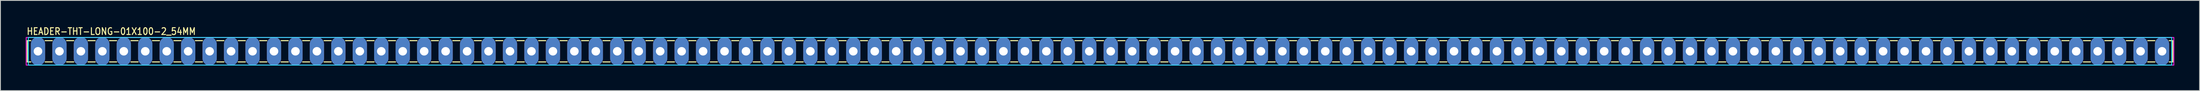
<source format=kicad_pcb>
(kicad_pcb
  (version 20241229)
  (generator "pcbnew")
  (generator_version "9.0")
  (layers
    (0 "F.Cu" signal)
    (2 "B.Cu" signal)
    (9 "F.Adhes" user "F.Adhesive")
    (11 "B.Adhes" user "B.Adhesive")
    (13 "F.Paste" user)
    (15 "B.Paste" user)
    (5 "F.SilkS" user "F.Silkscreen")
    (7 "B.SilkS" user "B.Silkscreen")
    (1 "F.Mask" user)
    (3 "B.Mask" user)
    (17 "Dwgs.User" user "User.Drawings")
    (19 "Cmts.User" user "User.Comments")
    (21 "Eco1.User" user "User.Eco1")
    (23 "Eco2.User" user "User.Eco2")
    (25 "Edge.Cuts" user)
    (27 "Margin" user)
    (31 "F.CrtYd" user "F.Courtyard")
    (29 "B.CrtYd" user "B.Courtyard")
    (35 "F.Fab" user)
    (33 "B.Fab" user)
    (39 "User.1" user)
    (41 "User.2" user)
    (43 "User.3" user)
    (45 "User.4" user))
  (footprint "HEADER-THT-LONG-01X100-2_54MM"
    (layer "F.Cu")
    (at 1.447 3.079)
    (property "Reference" "HEADER-THT-LONG-01X100-2_54MM" (at -1.4 -1.9 0) (unlocked yes) (layer "F.SilkS") (effects (font (size 0.813 0.695) (thickness 0.122)) (justify left bottom)))
    (fp_line (start -1.27 -1.27) (end -1.27 1.27) (stroke (width 0.127) (type solid)) (layer "F.SilkS"))
    (fp_line (start -1.27 1.27) (end -0.85 1.27) (stroke (width 0.127) (type solid)) (layer "F.SilkS"))
    (fp_line (start -0.85 -1.27) (end -1.27 -1.27) (stroke (width 0.127) (type solid)) (layer "F.SilkS"))
    (fp_line (start 0.85 -1.27) (end 1.69 -1.27) (stroke (width 0.127) (type solid)) (layer "F.SilkS"))
    (fp_line (start 0.85 1.27) (end 1.69 1.27) (stroke (width 0.127) (type solid)) (layer "F.SilkS"))
    (fp_line (start 3.39 -1.27) (end 4.23 -1.27) (stroke (width 0.127) (type solid)) (layer "F.SilkS"))
    (fp_line (start 3.39 1.27) (end 4.23 1.27) (stroke (width 0.127) (type solid)) (layer "F.SilkS"))
    (fp_line (start 5.93 -1.27) (end 6.77 -1.27) (stroke (width 0.127) (type solid)) (layer "F.SilkS"))
    (fp_line (start 5.93 1.27) (end 6.77 1.27) (stroke (width 0.127) (type solid)) (layer "F.SilkS"))
    (fp_line (start 8.47 -1.27) (end 9.31 -1.27) (stroke (width 0.127) (type solid)) (layer "F.SilkS"))
    (fp_line (start 8.47 1.27) (end 9.31 1.27) (stroke (width 0.127) (type solid)) (layer "F.SilkS"))
    (fp_line (start 11.01 -1.27) (end 11.85 -1.27) (stroke (width 0.127) (type solid)) (layer "F.SilkS"))
    (fp_line (start 11.01 1.27) (end 11.85 1.27) (stroke (width 0.127) (type solid)) (layer "F.SilkS"))
    (fp_line (start 13.55 -1.27) (end 14.39 -1.27) (stroke (width 0.127) (type solid)) (layer "F.SilkS"))
    (fp_line (start 13.55 1.27) (end 14.39 1.27) (stroke (width 0.127) (type solid)) (layer "F.SilkS"))
    (fp_line (start 16.09 -1.27) (end 16.93 -1.27) (stroke (width 0.127) (type solid)) (layer "F.SilkS"))
    (fp_line (start 16.09 1.27) (end 16.93 1.27) (stroke (width 0.127) (type solid)) (layer "F.SilkS"))
    (fp_line (start 18.63 -1.27) (end 19.47 -1.27) (stroke (width 0.127) (type solid)) (layer "F.SilkS"))
    (fp_line (start 18.63 1.27) (end 19.47 1.27) (stroke (width 0.127) (type solid)) (layer "F.SilkS"))
    (fp_line (start 21.17 -1.27) (end 22.01 -1.27) (stroke (width 0.127) (type solid)) (layer "F.SilkS"))
    (fp_line (start 21.17 1.27) (end 22.01 1.27) (stroke (width 0.127) (type solid)) (layer "F.SilkS"))
    (fp_line (start 23.71 -1.27) (end 24.55 -1.27) (stroke (width 0.127) (type solid)) (layer "F.SilkS"))
    (fp_line (start 23.71 1.27) (end 24.55 1.27) (stroke (width 0.127) (type solid)) (layer "F.SilkS"))
    (fp_line (start 26.25 -1.27) (end 27.09 -1.27) (stroke (width 0.127) (type solid)) (layer "F.SilkS"))
    (fp_line (start 26.25 1.27) (end 27.09 1.27) (stroke (width 0.127) (type solid)) (layer "F.SilkS"))
    (fp_line (start 28.79 -1.27) (end 29.63 -1.27) (stroke (width 0.127) (type solid)) (layer "F.SilkS"))
    (fp_line (start 28.79 1.27) (end 29.63 1.27) (stroke (width 0.127) (type solid)) (layer "F.SilkS"))
    (fp_line (start 31.33 -1.27) (end 32.17 -1.27) (stroke (width 0.127) (type solid)) (layer "F.SilkS"))
    (fp_line (start 31.33 1.27) (end 32.17 1.27) (stroke (width 0.127) (type solid)) (layer "F.SilkS"))
    (fp_line (start 33.87 -1.27) (end 34.71 -1.27) (stroke (width 0.127) (type solid)) (layer "F.SilkS"))
    (fp_line (start 33.87 1.27) (end 34.71 1.27) (stroke (width 0.127) (type solid)) (layer "F.SilkS"))
    (fp_line (start 36.41 -1.27) (end 37.25 -1.27) (stroke (width 0.127) (type solid)) (layer "F.SilkS"))
    (fp_line (start 36.41 1.27) (end 37.25 1.27) (stroke (width 0.127) (type solid)) (layer "F.SilkS"))
    (fp_line (start 38.95 -1.27) (end 39.79 -1.27) (stroke (width 0.127) (type solid)) (layer "F.SilkS"))
    (fp_line (start 38.95 1.27) (end 39.79 1.27) (stroke (width 0.127) (type solid)) (layer "F.SilkS"))
    (fp_line (start 41.49 -1.27) (end 42.33 -1.27) (stroke (width 0.127) (type solid)) (layer "F.SilkS"))
    (fp_line (start 41.49 1.27) (end 42.33 1.27) (stroke (width 0.127) (type solid)) (layer "F.SilkS"))
    (fp_line (start 44.03 -1.27) (end 44.87 -1.27) (stroke (width 0.127) (type solid)) (layer "F.SilkS"))
    (fp_line (start 44.03 1.27) (end 44.87 1.27) (stroke (width 0.127) (type solid)) (layer "F.SilkS"))
    (fp_line (start 46.57 -1.27) (end 47.41 -1.27) (stroke (width 0.127) (type solid)) (layer "F.SilkS"))
    (fp_line (start 46.57 1.27) (end 47.41 1.27) (stroke (width 0.127) (type solid)) (layer "F.SilkS"))
    (fp_line (start 49.11 -1.27) (end 49.95 -1.27) (stroke (width 0.127) (type solid)) (layer "F.SilkS"))
    (fp_line (start 49.11 1.27) (end 49.95 1.27) (stroke (width 0.127) (type solid)) (layer "F.SilkS"))
    (fp_line (start 51.65 -1.27) (end 52.49 -1.27) (stroke (width 0.127) (type solid)) (layer "F.SilkS"))
    (fp_line (start 51.65 1.27) (end 52.49 1.27) (stroke (width 0.127) (type solid)) (layer "F.SilkS"))
    (fp_line (start 54.19 -1.27) (end 55.03 -1.27) (stroke (width 0.127) (type solid)) (layer "F.SilkS"))
    (fp_line (start 54.19 1.27) (end 55.03 1.27) (stroke (width 0.127) (type solid)) (layer "F.SilkS"))
    (fp_line (start 56.73 -1.27) (end 57.57 -1.27) (stroke (width 0.127) (type solid)) (layer "F.SilkS"))
    (fp_line (start 56.73 1.27) (end 57.57 1.27) (stroke (width 0.127) (type solid)) (layer "F.SilkS"))
    (fp_line (start 59.27 -1.27) (end 60.11 -1.27) (stroke (width 0.127) (type solid)) (layer "F.SilkS"))
    (fp_line (start 59.27 1.27) (end 60.11 1.27) (stroke (width 0.127) (type solid)) (layer "F.SilkS"))
    (fp_line (start 61.81 -1.27) (end 62.65 -1.27) (stroke (width 0.127) (type solid)) (layer "F.SilkS"))
    (fp_line (start 61.81 1.27) (end 62.65 1.27) (stroke (width 0.127) (type solid)) (layer "F.SilkS"))
    (fp_line (start 64.35 -1.27) (end 65.19 -1.27) (stroke (width 0.127) (type solid)) (layer "F.SilkS"))
    (fp_line (start 64.35 1.27) (end 65.19 1.27) (stroke (width 0.127) (type solid)) (layer "F.SilkS"))
    (fp_line (start 66.89 -1.27) (end 67.73 -1.27) (stroke (width 0.127) (type solid)) (layer "F.SilkS"))
    (fp_line (start 66.89 1.27) (end 67.73 1.27) (stroke (width 0.127) (type solid)) (layer "F.SilkS"))
    (fp_line (start 69.43 -1.27) (end 70.27 -1.27) (stroke (width 0.127) (type solid)) (layer "F.SilkS"))
    (fp_line (start 69.43 1.27) (end 70.27 1.27) (stroke (width 0.127) (type solid)) (layer "F.SilkS"))
    (fp_line (start 71.97 -1.27) (end 72.81 -1.27) (stroke (width 0.127) (type solid)) (layer "F.SilkS"))
    (fp_line (start 71.97 1.27) (end 72.81 1.27) (stroke (width 0.127) (type solid)) (layer "F.SilkS"))
    (fp_line (start 74.51 -1.27) (end 75.35 -1.27) (stroke (width 0.127) (type solid)) (layer "F.SilkS"))
    (fp_line (start 74.51 1.27) (end 75.35 1.27) (stroke (width 0.127) (type solid)) (layer "F.SilkS"))
    (fp_line (start 77.05 -1.27) (end 77.89 -1.27) (stroke (width 0.127) (type solid)) (layer "F.SilkS"))
    (fp_line (start 77.05 1.27) (end 77.89 1.27) (stroke (width 0.127) (type solid)) (layer "F.SilkS"))
    (fp_line (start 79.59 -1.27) (end 80.43 -1.27) (stroke (width 0.127) (type solid)) (layer "F.SilkS"))
    (fp_line (start 79.59 1.27) (end 80.43 1.27) (stroke (width 0.127) (type solid)) (layer "F.SilkS"))
    (fp_line (start 82.13 -1.27) (end 82.97 -1.27) (stroke (width 0.127) (type solid)) (layer "F.SilkS"))
    (fp_line (start 82.13 1.27) (end 82.97 1.27) (stroke (width 0.127) (type solid)) (layer "F.SilkS"))
    (fp_line (start 84.67 -1.27) (end 85.51 -1.27) (stroke (width 0.127) (type solid)) (layer "F.SilkS"))
    (fp_line (start 84.67 1.27) (end 85.51 1.27) (stroke (width 0.127) (type solid)) (layer "F.SilkS"))
    (fp_line (start 87.21 -1.27) (end 88.05 -1.27) (stroke (width 0.127) (type solid)) (layer "F.SilkS"))
    (fp_line (start 87.21 1.27) (end 88.05 1.27) (stroke (width 0.127) (type solid)) (layer "F.SilkS"))
    (fp_line (start 89.75 -1.27) (end 90.59 -1.27) (stroke (width 0.127) (type solid)) (layer "F.SilkS"))
    (fp_line (start 89.75 1.27) (end 90.59 1.27) (stroke (width 0.127) (type solid)) (layer "F.SilkS"))
    (fp_line (start 92.29 -1.27) (end 93.13 -1.27) (stroke (width 0.127) (type solid)) (layer "F.SilkS"))
    (fp_line (start 92.29 1.27) (end 93.13 1.27) (stroke (width 0.127) (type solid)) (layer "F.SilkS"))
    (fp_line (start 94.83 -1.27) (end 95.67 -1.27) (stroke (width 0.127) (type solid)) (layer "F.SilkS"))
    (fp_line (start 94.83 1.27) (end 95.67 1.27) (stroke (width 0.127) (type solid)) (layer "F.SilkS"))
    (fp_line (start 97.37 -1.27) (end 98.21 -1.27) (stroke (width 0.127) (type solid)) (layer "F.SilkS"))
    (fp_line (start 97.37 1.27) (end 98.21 1.27) (stroke (width 0.127) (type solid)) (layer "F.SilkS"))
    (fp_line (start 99.91 -1.27) (end 100.75 -1.27) (stroke (width 0.127) (type solid)) (layer "F.SilkS"))
    (fp_line (start 99.91 1.27) (end 100.75 1.27) (stroke (width 0.127) (type solid)) (layer "F.SilkS"))
    (fp_line (start 102.45 -1.27) (end 103.29 -1.27) (stroke (width 0.127) (type solid)) (layer "F.SilkS"))
    (fp_line (start 102.45 1.27) (end 103.29 1.27) (stroke (width 0.127) (type solid)) (layer "F.SilkS"))
    (fp_line (start 104.99 -1.27) (end 105.83 -1.27) (stroke (width 0.127) (type solid)) (layer "F.SilkS"))
    (fp_line (start 104.99 1.27) (end 105.83 1.27) (stroke (width 0.127) (type solid)) (layer "F.SilkS"))
    (fp_line (start 107.53 -1.27) (end 108.37 -1.27) (stroke (width 0.127) (type solid)) (layer "F.SilkS"))
    (fp_line (start 107.53 1.27) (end 108.37 1.27) (stroke (width 0.127) (type solid)) (layer "F.SilkS"))
    (fp_line (start 110.07 -1.27) (end 110.91 -1.27) (stroke (width 0.127) (type solid)) (layer "F.SilkS"))
    (fp_line (start 110.07 1.27) (end 110.91 1.27) (stroke (width 0.127) (type solid)) (layer "F.SilkS"))
    (fp_line (start 112.61 -1.27) (end 113.45 -1.27) (stroke (width 0.127) (type solid)) (layer "F.SilkS"))
    (fp_line (start 112.61 1.27) (end 113.45 1.27) (stroke (width 0.127) (type solid)) (layer "F.SilkS"))
    (fp_line (start 115.15 -1.27) (end 115.99 -1.27) (stroke (width 0.127) (type solid)) (layer "F.SilkS"))
    (fp_line (start 115.15 1.27) (end 115.99 1.27) (stroke (width 0.127) (type solid)) (layer "F.SilkS"))
    (fp_line (start 117.69 -1.27) (end 118.53 -1.27) (stroke (width 0.127) (type solid)) (layer "F.SilkS"))
    (fp_line (start 117.69 1.27) (end 118.53 1.27) (stroke (width 0.127) (type solid)) (layer "F.SilkS"))
    (fp_line (start 120.23 -1.27) (end 121.07 -1.27) (stroke (width 0.127) (type solid)) (layer "F.SilkS"))
    (fp_line (start 120.23 1.27) (end 121.07 1.27) (stroke (width 0.127) (type solid)) (layer "F.SilkS"))
    (fp_line (start 122.77 -1.27) (end 123.61 -1.27) (stroke (width 0.127) (type solid)) (layer "F.SilkS"))
    (fp_line (start 122.77 1.27) (end 123.61 1.27) (stroke (width 0.127) (type solid)) (layer "F.SilkS"))
    (fp_line (start 125.31 -1.27) (end 126.15 -1.27) (stroke (width 0.127) (type solid)) (layer "F.SilkS"))
    (fp_line (start 125.31 1.27) (end 126.15 1.27) (stroke (width 0.127) (type solid)) (layer "F.SilkS"))
    (fp_line (start 127.85 -1.27) (end 128.69 -1.27) (stroke (width 0.127) (type solid)) (layer "F.SilkS"))
    (fp_line (start 127.85 1.27) (end 128.69 1.27) (stroke (width 0.127) (type solid)) (layer "F.SilkS"))
    (fp_line (start 130.39 -1.27) (end 131.23 -1.27) (stroke (width 0.127) (type solid)) (layer "F.SilkS"))
    (fp_line (start 130.39 1.27) (end 131.23 1.27) (stroke (width 0.127) (type solid)) (layer "F.SilkS"))
    (fp_line (start 132.93 -1.27) (end 133.77 -1.27) (stroke (width 0.127) (type solid)) (layer "F.SilkS"))
    (fp_line (start 132.93 1.27) (end 133.77 1.27) (stroke (width 0.127) (type solid)) (layer "F.SilkS"))
    (fp_line (start 135.47 -1.27) (end 136.31 -1.27) (stroke (width 0.127) (type solid)) (layer "F.SilkS"))
    (fp_line (start 135.47 1.27) (end 136.31 1.27) (stroke (width 0.127) (type solid)) (layer "F.SilkS"))
    (fp_line (start 138.01 -1.27) (end 138.85 -1.27) (stroke (width 0.127) (type solid)) (layer "F.SilkS"))
    (fp_line (start 138.01 1.27) (end 138.85 1.27) (stroke (width 0.127) (type solid)) (layer "F.SilkS"))
    (fp_line (start 140.55 -1.27) (end 141.39 -1.27) (stroke (width 0.127) (type solid)) (layer "F.SilkS"))
    (fp_line (start 140.55 1.27) (end 141.39 1.27) (stroke (width 0.127) (type solid)) (layer "F.SilkS"))
    (fp_line (start 143.09 -1.27) (end 143.93 -1.27) (stroke (width 0.127) (type solid)) (layer "F.SilkS"))
    (fp_line (start 143.09 1.27) (end 143.93 1.27) (stroke (width 0.127) (type solid)) (layer "F.SilkS"))
    (fp_line (start 145.63 -1.27) (end 146.47 -1.27) (stroke (width 0.127) (type solid)) (layer "F.SilkS"))
    (fp_line (start 145.63 1.27) (end 146.47 1.27) (stroke (width 0.127) (type solid)) (layer "F.SilkS"))
    (fp_line (start 148.17 -1.27) (end 149.01 -1.27) (stroke (width 0.127) (type solid)) (layer "F.SilkS"))
    (fp_line (start 148.17 1.27) (end 149.01 1.27) (stroke (width 0.127) (type solid)) (layer "F.SilkS"))
    (fp_line (start 150.71 -1.27) (end 151.55 -1.27) (stroke (width 0.127) (type solid)) (layer "F.SilkS"))
    (fp_line (start 150.71 1.27) (end 151.55 1.27) (stroke (width 0.127) (type solid)) (layer "F.SilkS"))
    (fp_line (start 153.25 -1.27) (end 154.09 -1.27) (stroke (width 0.127) (type solid)) (layer "F.SilkS"))
    (fp_line (start 153.25 1.27) (end 154.09 1.27) (stroke (width 0.127) (type solid)) (layer "F.SilkS"))
    (fp_line (start 155.79 -1.27) (end 156.63 -1.27) (stroke (width 0.127) (type solid)) (layer "F.SilkS"))
    (fp_line (start 155.79 1.27) (end 156.63 1.27) (stroke (width 0.127) (type solid)) (layer "F.SilkS"))
    (fp_line (start 158.33 -1.27) (end 159.17 -1.27) (stroke (width 0.127) (type solid)) (layer "F.SilkS"))
    (fp_line (start 158.33 1.27) (end 159.17 1.27) (stroke (width 0.127) (type solid)) (layer "F.SilkS"))
    (fp_line (start 160.87 -1.27) (end 161.71 -1.27) (stroke (width 0.127) (type solid)) (layer "F.SilkS"))
    (fp_line (start 160.87 1.27) (end 161.71 1.27) (stroke (width 0.127) (type solid)) (layer "F.SilkS"))
    (fp_line (start 163.41 -1.27) (end 164.25 -1.27) (stroke (width 0.127) (type solid)) (layer "F.SilkS"))
    (fp_line (start 163.41 1.27) (end 164.25 1.27) (stroke (width 0.127) (type solid)) (layer "F.SilkS"))
    (fp_line (start 165.95 -1.27) (end 166.79 -1.27) (stroke (width 0.127) (type solid)) (layer "F.SilkS"))
    (fp_line (start 165.95 1.27) (end 166.79 1.27) (stroke (width 0.127) (type solid)) (layer "F.SilkS"))
    (fp_line (start 168.49 -1.27) (end 169.33 -1.27) (stroke (width 0.127) (type solid)) (layer "F.SilkS"))
    (fp_line (start 168.49 1.27) (end 169.33 1.27) (stroke (width 0.127) (type solid)) (layer "F.SilkS"))
    (fp_line (start 171.03 -1.27) (end 171.87 -1.27) (stroke (width 0.127) (type solid)) (layer "F.SilkS"))
    (fp_line (start 171.03 1.27) (end 171.87 1.27) (stroke (width 0.127) (type solid)) (layer "F.SilkS"))
    (fp_line (start 173.57 -1.27) (end 174.41 -1.27) (stroke (width 0.127) (type solid)) (layer "F.SilkS"))
    (fp_line (start 173.57 1.27) (end 174.41 1.27) (stroke (width 0.127) (type solid)) (layer "F.SilkS"))
    (fp_line (start 176.11 -1.27) (end 176.95 -1.27) (stroke (width 0.127) (type solid)) (layer "F.SilkS"))
    (fp_line (start 176.11 1.27) (end 176.95 1.27) (stroke (width 0.127) (type solid)) (layer "F.SilkS"))
    (fp_line (start 178.65 -1.27) (end 179.49 -1.27) (stroke (width 0.127) (type solid)) (layer "F.SilkS"))
    (fp_line (start 178.65 1.27) (end 179.49 1.27) (stroke (width 0.127) (type solid)) (layer "F.SilkS"))
    (fp_line (start 181.19 -1.27) (end 182.03 -1.27) (stroke (width 0.127) (type solid)) (layer "F.SilkS"))
    (fp_line (start 181.19 1.27) (end 182.03 1.27) (stroke (width 0.127) (type solid)) (layer "F.SilkS"))
    (fp_line (start 183.73 -1.27) (end 184.57 -1.27) (stroke (width 0.127) (type solid)) (layer "F.SilkS"))
    (fp_line (start 183.73 1.27) (end 184.57 1.27) (stroke (width 0.127) (type solid)) (layer "F.SilkS"))
    (fp_line (start 186.27 -1.27) (end 187.11 -1.27) (stroke (width 0.127) (type solid)) (layer "F.SilkS"))
    (fp_line (start 186.27 1.27) (end 187.11 1.27) (stroke (width 0.127) (type solid)) (layer "F.SilkS"))
    (fp_line (start 188.81 -1.27) (end 189.65 -1.27) (stroke (width 0.127) (type solid)) (layer "F.SilkS"))
    (fp_line (start 188.81 1.27) (end 189.65 1.27) (stroke (width 0.127) (type solid)) (layer "F.SilkS"))
    (fp_line (start 191.35 -1.27) (end 192.19 -1.27) (stroke (width 0.127) (type solid)) (layer "F.SilkS"))
    (fp_line (start 191.35 1.27) (end 192.19 1.27) (stroke (width 0.127) (type solid)) (layer "F.SilkS"))
    (fp_line (start 193.89 -1.27) (end 194.73 -1.27) (stroke (width 0.127) (type solid)) (layer "F.SilkS"))
    (fp_line (start 193.89 1.27) (end 194.73 1.27) (stroke (width 0.127) (type solid)) (layer "F.SilkS"))
    (fp_line (start 196.43 -1.27) (end 197.27 -1.27) (stroke (width 0.127) (type solid)) (layer "F.SilkS"))
    (fp_line (start 196.43 1.27) (end 197.27 1.27) (stroke (width 0.127) (type solid)) (layer "F.SilkS"))
    (fp_line (start 198.97 -1.27) (end 199.81 -1.27) (stroke (width 0.127) (type solid)) (layer "F.SilkS"))
    (fp_line (start 198.97 1.27) (end 199.81 1.27) (stroke (width 0.127) (type solid)) (layer "F.SilkS"))
    (fp_line (start 201.51 -1.27) (end 202.35 -1.27) (stroke (width 0.127) (type solid)) (layer "F.SilkS"))
    (fp_line (start 201.51 1.27) (end 202.35 1.27) (stroke (width 0.127) (type solid)) (layer "F.SilkS"))
    (fp_line (start 204.05 -1.27) (end 204.89 -1.27) (stroke (width 0.127) (type solid)) (layer "F.SilkS"))
    (fp_line (start 204.05 1.27) (end 204.89 1.27) (stroke (width 0.127) (type solid)) (layer "F.SilkS"))
    (fp_line (start 206.59 -1.27) (end 207.43 -1.27) (stroke (width 0.127) (type solid)) (layer "F.SilkS"))
    (fp_line (start 206.59 1.27) (end 207.43 1.27) (stroke (width 0.127) (type solid)) (layer "F.SilkS"))
    (fp_line (start 209.13 -1.27) (end 209.97 -1.27) (stroke (width 0.127) (type solid)) (layer "F.SilkS"))
    (fp_line (start 209.13 1.27) (end 209.97 1.27) (stroke (width 0.127) (type solid)) (layer "F.SilkS"))
    (fp_line (start 211.67 -1.27) (end 212.51 -1.27) (stroke (width 0.127) (type solid)) (layer "F.SilkS"))
    (fp_line (start 211.67 1.27) (end 212.51 1.27) (stroke (width 0.127) (type solid)) (layer "F.SilkS"))
    (fp_line (start 214.21 -1.27) (end 215.05 -1.27) (stroke (width 0.127) (type solid)) (layer "F.SilkS"))
    (fp_line (start 214.21 1.27) (end 215.05 1.27) (stroke (width 0.127) (type solid)) (layer "F.SilkS"))
    (fp_line (start 216.75 -1.27) (end 217.59 -1.27) (stroke (width 0.127) (type solid)) (layer "F.SilkS"))
    (fp_line (start 216.75 1.27) (end 217.59 1.27) (stroke (width 0.127) (type solid)) (layer "F.SilkS"))
    (fp_line (start 219.29 -1.27) (end 220.13 -1.27) (stroke (width 0.127) (type solid)) (layer "F.SilkS"))
    (fp_line (start 219.29 1.27) (end 220.13 1.27) (stroke (width 0.127) (type solid)) (layer "F.SilkS"))
    (fp_line (start 221.83 -1.27) (end 222.67 -1.27) (stroke (width 0.127) (type solid)) (layer "F.SilkS"))
    (fp_line (start 221.83 1.27) (end 222.67 1.27) (stroke (width 0.127) (type solid)) (layer "F.SilkS"))
    (fp_line (start 224.37 -1.27) (end 225.21 -1.27) (stroke (width 0.127) (type solid)) (layer "F.SilkS"))
    (fp_line (start 224.37 1.27) (end 225.21 1.27) (stroke (width 0.127) (type solid)) (layer "F.SilkS"))
    (fp_line (start 226.91 -1.27) (end 227.75 -1.27) (stroke (width 0.127) (type solid)) (layer "F.SilkS"))
    (fp_line (start 226.91 1.27) (end 227.75 1.27) (stroke (width 0.127) (type solid)) (layer "F.SilkS"))
    (fp_line (start 229.45 -1.27) (end 230.29 -1.27) (stroke (width 0.127) (type solid)) (layer "F.SilkS"))
    (fp_line (start 229.45 1.27) (end 230.29 1.27) (stroke (width 0.127) (type solid)) (layer "F.SilkS"))
    (fp_line (start 231.99 -1.27) (end 232.83 -1.27) (stroke (width 0.127) (type solid)) (layer "F.SilkS"))
    (fp_line (start 231.99 1.27) (end 232.83 1.27) (stroke (width 0.127) (type solid)) (layer "F.SilkS"))
    (fp_line (start 234.53 -1.27) (end 235.37 -1.27) (stroke (width 0.127) (type solid)) (layer "F.SilkS"))
    (fp_line (start 234.53 1.27) (end 235.37 1.27) (stroke (width 0.127) (type solid)) (layer "F.SilkS"))
    (fp_line (start 237.07 -1.27) (end 237.91 -1.27) (stroke (width 0.127) (type solid)) (layer "F.SilkS"))
    (fp_line (start 237.07 1.27) (end 237.91 1.27) (stroke (width 0.127) (type solid)) (layer "F.SilkS"))
    (fp_line (start 239.61 -1.27) (end 240.45 -1.27) (stroke (width 0.127) (type solid)) (layer "F.SilkS"))
    (fp_line (start 239.61 1.27) (end 240.45 1.27) (stroke (width 0.127) (type solid)) (layer "F.SilkS"))
    (fp_line (start 242.15 -1.27) (end 242.99 -1.27) (stroke (width 0.127) (type solid)) (layer "F.SilkS"))
    (fp_line (start 242.15 1.27) (end 242.99 1.27) (stroke (width 0.127) (type solid)) (layer "F.SilkS"))
    (fp_line (start 244.69 -1.27) (end 245.53 -1.27) (stroke (width 0.127) (type solid)) (layer "F.SilkS"))
    (fp_line (start 244.69 1.27) (end 245.53 1.27) (stroke (width 0.127) (type solid)) (layer "F.SilkS"))
    (fp_line (start 247.23 -1.27) (end 248.07 -1.27) (stroke (width 0.127) (type solid)) (layer "F.SilkS"))
    (fp_line (start 247.23 1.27) (end 248.07 1.27) (stroke (width 0.127) (type solid)) (layer "F.SilkS"))
    (fp_line (start 249.77 -1.27) (end 250.61 -1.27) (stroke (width 0.127) (type solid)) (layer "F.SilkS"))
    (fp_line (start 249.77 1.27) (end 250.61 1.27) (stroke (width 0.127) (type solid)) (layer "F.SilkS"))
    (fp_line (start 252.31 -1.27) (end 252.73 -1.27) (stroke (width 0.127) (type solid)) (layer "F.SilkS"))
    (fp_line (start 252.73 -1.27) (end 252.73 1.27) (stroke (width 0.127) (type solid)) (layer "F.SilkS"))
    (fp_line (start 252.73 1.27) (end 252.31 1.27) (stroke (width 0.127) (type solid)) (layer "F.SilkS"))
    (fp_poly (pts (xy -1.143 -1.651) (xy 252.603 -1.651) (xy 252.603 1.651) (xy -1.143 1.651)) (stroke (width 0.1) (type solid)) (fill no) (layer "B.CrtYd"))
    (fp_poly (pts (xy -1.397 -1.651) (xy 252.857 -1.651) (xy 252.857 1.651) (xy -1.397 1.651)) (stroke (width 0.1) (type solid)) (fill no) (layer "F.CrtYd"))
    (pad "P$1" thru_hole oval (at 0 0 90) (size 3.387 1.693) (drill 1.016) (layers "*.Cu" "*.Mask"))
    (pad "P$2" thru_hole oval (at 2.54 0 90) (size 3.387 1.693) (drill 1.016) (layers "*.Cu" "*.Mask"))
    (pad "P$3" thru_hole oval (at 5.08 0 90) (size 3.387 1.693) (drill 1.016) (layers "*.Cu" "*.Mask"))
    (pad "P$4" thru_hole oval (at 7.62 0 90) (size 3.387 1.693) (drill 1.016) (layers "*.Cu" "*.Mask"))
    (pad "P$5" thru_hole oval (at 10.16 0 90) (size 3.387 1.693) (drill 1.016) (layers "*.Cu" "*.Mask"))
    (pad "P$6" thru_hole oval (at 12.7 0 90) (size 3.387 1.693) (drill 1.016) (layers "*.Cu" "*.Mask"))
    (pad "P$7" thru_hole oval (at 15.24 0 90) (size 3.387 1.693) (drill 1.016) (layers "*.Cu" "*.Mask"))
    (pad "P$8" thru_hole oval (at 17.78 0 90) (size 3.387 1.693) (drill 1.016) (layers "*.Cu" "*.Mask"))
    (pad "P$9" thru_hole oval (at 20.32 0 90) (size 3.387 1.693) (drill 1.016) (layers "*.Cu" "*.Mask"))
    (pad "P$10" thru_hole oval (at 22.86 0 90) (size 3.387 1.693) (drill 1.016) (layers "*.Cu" "*.Mask"))
    (pad "P$11" thru_hole oval (at 25.4 0 90) (size 3.387 1.693) (drill 1.016) (layers "*.Cu" "*.Mask"))
    (pad "P$12" thru_hole oval (at 27.94 0 90) (size 3.387 1.693) (drill 1.016) (layers "*.Cu" "*.Mask"))
    (pad "P$13" thru_hole oval (at 30.48 0 90) (size 3.387 1.693) (drill 1.016) (layers "*.Cu" "*.Mask"))
    (pad "P$14" thru_hole oval (at 33.02 0 90) (size 3.387 1.693) (drill 1.016) (layers "*.Cu" "*.Mask"))
    (pad "P$15" thru_hole oval (at 35.56 0 90) (size 3.387 1.693) (drill 1.016) (layers "*.Cu" "*.Mask"))
    (pad "P$16" thru_hole oval (at 38.1 0 90) (size 3.387 1.693) (drill 1.016) (layers "*.Cu" "*.Mask"))
    (pad "P$17" thru_hole oval (at 40.64 0 90) (size 3.387 1.693) (drill 1.016) (layers "*.Cu" "*.Mask"))
    (pad "P$18" thru_hole oval (at 43.18 0 90) (size 3.387 1.693) (drill 1.016) (layers "*.Cu" "*.Mask"))
    (pad "P$19" thru_hole oval (at 45.72 0 90) (size 3.387 1.693) (drill 1.016) (layers "*.Cu" "*.Mask"))
    (pad "P$20" thru_hole oval (at 48.26 0 90) (size 3.387 1.693) (drill 1.016) (layers "*.Cu" "*.Mask"))
    (pad "P$21" thru_hole oval (at 50.8 0 90) (size 3.387 1.693) (drill 1.016) (layers "*.Cu" "*.Mask"))
    (pad "P$22" thru_hole oval (at 53.34 0 90) (size 3.387 1.693) (drill 1.016) (layers "*.Cu" "*.Mask"))
    (pad "P$23" thru_hole oval (at 55.88 0 90) (size 3.387 1.693) (drill 1.016) (layers "*.Cu" "*.Mask"))
    (pad "P$24" thru_hole oval (at 58.42 0 90) (size 3.387 1.693) (drill 1.016) (layers "*.Cu" "*.Mask"))
    (pad "P$25" thru_hole oval (at 60.96 0 90) (size 3.387 1.693) (drill 1.016) (layers "*.Cu" "*.Mask"))
    (pad "P$26" thru_hole oval (at 63.5 0 90) (size 3.387 1.693) (drill 1.016) (layers "*.Cu" "*.Mask"))
    (pad "P$27" thru_hole oval (at 66.04 0 90) (size 3.387 1.693) (drill 1.016) (layers "*.Cu" "*.Mask"))
    (pad "P$28" thru_hole oval (at 68.58 0 90) (size 3.387 1.693) (drill 1.016) (layers "*.Cu" "*.Mask"))
    (pad "P$29" thru_hole oval (at 71.12 0 90) (size 3.387 1.693) (drill 1.016) (layers "*.Cu" "*.Mask"))
    (pad "P$30" thru_hole oval (at 73.66 0 90) (size 3.387 1.693) (drill 1.016) (layers "*.Cu" "*.Mask"))
    (pad "P$31" thru_hole oval (at 76.2 0 90) (size 3.387 1.693) (drill 1.016) (layers "*.Cu" "*.Mask"))
    (pad "P$32" thru_hole oval (at 78.74 0 90) (size 3.387 1.693) (drill 1.016) (layers "*.Cu" "*.Mask"))
    (pad "P$33" thru_hole oval (at 81.28 0 90) (size 3.387 1.693) (drill 1.016) (layers "*.Cu" "*.Mask"))
    (pad "P$34" thru_hole oval (at 83.82 0 90) (size 3.387 1.693) (drill 1.016) (layers "*.Cu" "*.Mask"))
    (pad "P$35" thru_hole oval (at 86.36 0 90) (size 3.387 1.693) (drill 1.016) (layers "*.Cu" "*.Mask"))
    (pad "P$36" thru_hole oval (at 88.9 0 90) (size 3.387 1.693) (drill 1.016) (layers "*.Cu" "*.Mask"))
    (pad "P$37" thru_hole oval (at 91.44 0 90) (size 3.387 1.693) (drill 1.016) (layers "*.Cu" "*.Mask"))
    (pad "P$38" thru_hole oval (at 93.98 0 90) (size 3.387 1.693) (drill 1.016) (layers "*.Cu" "*.Mask"))
    (pad "P$39" thru_hole oval (at 96.52 0 90) (size 3.387 1.693) (drill 1.016) (layers "*.Cu" "*.Mask"))
    (pad "P$40" thru_hole oval (at 99.06 0 90) (size 3.387 1.693) (drill 1.016) (layers "*.Cu" "*.Mask"))
    (pad "P$41" thru_hole oval (at 101.6 0 90) (size 3.387 1.693) (drill 1.016) (layers "*.Cu" "*.Mask"))
    (pad "P$42" thru_hole oval (at 104.14 0 90) (size 3.387 1.693) (drill 1.016) (layers "*.Cu" "*.Mask"))
    (pad "P$43" thru_hole oval (at 106.68 0 90) (size 3.387 1.693) (drill 1.016) (layers "*.Cu" "*.Mask"))
    (pad "P$44" thru_hole oval (at 109.22 0 90) (size 3.387 1.693) (drill 1.016) (layers "*.Cu" "*.Mask"))
    (pad "P$45" thru_hole oval (at 111.76 0 90) (size 3.387 1.693) (drill 1.016) (layers "*.Cu" "*.Mask"))
    (pad "P$46" thru_hole oval (at 114.3 0 90) (size 3.387 1.693) (drill 1.016) (layers "*.Cu" "*.Mask"))
    (pad "P$47" thru_hole oval (at 116.84 0 90) (size 3.387 1.693) (drill 1.016) (layers "*.Cu" "*.Mask"))
    (pad "P$48" thru_hole oval (at 119.38 0 90) (size 3.387 1.693) (drill 1.016) (layers "*.Cu" "*.Mask"))
    (pad "P$49" thru_hole oval (at 121.92 0 90) (size 3.387 1.693) (drill 1.016) (layers "*.Cu" "*.Mask"))
    (pad "P$50" thru_hole oval (at 124.46 0 90) (size 3.387 1.693) (drill 1.016) (layers "*.Cu" "*.Mask"))
    (pad "P$51" thru_hole oval (at 127 0 90) (size 3.387 1.693) (drill 1.016) (layers "*.Cu" "*.Mask"))
    (pad "P$52" thru_hole oval (at 129.54 0 90) (size 3.387 1.693) (drill 1.016) (layers "*.Cu" "*.Mask"))
    (pad "P$53" thru_hole oval (at 132.08 0 90) (size 3.387 1.693) (drill 1.016) (layers "*.Cu" "*.Mask"))
    (pad "P$54" thru_hole oval (at 134.62 0 90) (size 3.387 1.693) (drill 1.016) (layers "*.Cu" "*.Mask"))
    (pad "P$55" thru_hole oval (at 137.16 0 90) (size 3.387 1.693) (drill 1.016) (layers "*.Cu" "*.Mask"))
    (pad "P$56" thru_hole oval (at 139.7 0 90) (size 3.387 1.693) (drill 1.016) (layers "*.Cu" "*.Mask"))
    (pad "P$57" thru_hole oval (at 142.24 0 90) (size 3.387 1.693) (drill 1.016) (layers "*.Cu" "*.Mask"))
    (pad "P$58" thru_hole oval (at 144.78 0 90) (size 3.387 1.693) (drill 1.016) (layers "*.Cu" "*.Mask"))
    (pad "P$59" thru_hole oval (at 147.32 0 90) (size 3.387 1.693) (drill 1.016) (layers "*.Cu" "*.Mask"))
    (pad "P$60" thru_hole oval (at 149.86 0 90) (size 3.387 1.693) (drill 1.016) (layers "*.Cu" "*.Mask"))
    (pad "P$61" thru_hole oval (at 152.4 0 90) (size 3.387 1.693) (drill 1.016) (layers "*.Cu" "*.Mask"))
    (pad "P$62" thru_hole oval (at 154.94 0 90) (size 3.387 1.693) (drill 1.016) (layers "*.Cu" "*.Mask"))
    (pad "P$63" thru_hole oval (at 157.48 0 90) (size 3.387 1.693) (drill 1.016) (layers "*.Cu" "*.Mask"))
    (pad "P$64" thru_hole oval (at 160.02 0 90) (size 3.387 1.693) (drill 1.016) (layers "*.Cu" "*.Mask"))
    (pad "P$65" thru_hole oval (at 162.56 0 90) (size 3.387 1.693) (drill 1.016) (layers "*.Cu" "*.Mask"))
    (pad "P$66" thru_hole oval (at 165.1 0 90) (size 3.387 1.693) (drill 1.016) (layers "*.Cu" "*.Mask"))
    (pad "P$67" thru_hole oval (at 167.64 0 90) (size 3.387 1.693) (drill 1.016) (layers "*.Cu" "*.Mask"))
    (pad "P$68" thru_hole oval (at 170.18 0 90) (size 3.387 1.693) (drill 1.016) (layers "*.Cu" "*.Mask"))
    (pad "P$69" thru_hole oval (at 172.72 0 90) (size 3.387 1.693) (drill 1.016) (layers "*.Cu" "*.Mask"))
    (pad "P$70" thru_hole oval (at 175.26 0 90) (size 3.387 1.693) (drill 1.016) (layers "*.Cu" "*.Mask"))
    (pad "P$71" thru_hole oval (at 177.8 0 90) (size 3.387 1.693) (drill 1.016) (layers "*.Cu" "*.Mask"))
    (pad "P$72" thru_hole oval (at 180.34 0 90) (size 3.387 1.693) (drill 1.016) (layers "*.Cu" "*.Mask"))
    (pad "P$73" thru_hole oval (at 182.88 0 90) (size 3.387 1.693) (drill 1.016) (layers "*.Cu" "*.Mask"))
    (pad "P$74" thru_hole oval (at 185.42 0 90) (size 3.387 1.693) (drill 1.016) (layers "*.Cu" "*.Mask"))
    (pad "P$75" thru_hole oval (at 187.96 0 90) (size 3.387 1.693) (drill 1.016) (layers "*.Cu" "*.Mask"))
    (pad "P$76" thru_hole oval (at 190.5 0 90) (size 3.387 1.693) (drill 1.016) (layers "*.Cu" "*.Mask"))
    (pad "P$77" thru_hole oval (at 193.04 0 90) (size 3.387 1.693) (drill 1.016) (layers "*.Cu" "*.Mask"))
    (pad "P$78" thru_hole oval (at 195.58 0 90) (size 3.387 1.693) (drill 1.016) (layers "*.Cu" "*.Mask"))
    (pad "P$79" thru_hole oval (at 198.12 0 90) (size 3.387 1.693) (drill 1.016) (layers "*.Cu" "*.Mask"))
    (pad "P$80" thru_hole oval (at 200.66 0 90) (size 3.387 1.693) (drill 1.016) (layers "*.Cu" "*.Mask"))
    (pad "P$81" thru_hole oval (at 203.2 0 90) (size 3.387 1.693) (drill 1.016) (layers "*.Cu" "*.Mask"))
    (pad "P$82" thru_hole oval (at 205.74 0 90) (size 3.387 1.693) (drill 1.016) (layers "*.Cu" "*.Mask"))
    (pad "P$83" thru_hole oval (at 208.28 0 90) (size 3.387 1.693) (drill 1.016) (layers "*.Cu" "*.Mask"))
    (pad "P$84" thru_hole oval (at 210.82 0 90) (size 3.387 1.693) (drill 1.016) (layers "*.Cu" "*.Mask"))
    (pad "P$85" thru_hole oval (at 213.36 0 90) (size 3.387 1.693) (drill 1.016) (layers "*.Cu" "*.Mask"))
    (pad "P$86" thru_hole oval (at 215.9 0 90) (size 3.387 1.693) (drill 1.016) (layers "*.Cu" "*.Mask"))
    (pad "P$87" thru_hole oval (at 218.44 0 90) (size 3.387 1.693) (drill 1.016) (layers "*.Cu" "*.Mask"))
    (pad "P$88" thru_hole oval (at 220.98 0 90) (size 3.387 1.693) (drill 1.016) (layers "*.Cu" "*.Mask"))
    (pad "P$89" thru_hole oval (at 223.52 0 90) (size 3.387 1.693) (drill 1.016) (layers "*.Cu" "*.Mask"))
    (pad "P$90" thru_hole oval (at 226.06 0 90) (size 3.387 1.693) (drill 1.016) (layers "*.Cu" "*.Mask"))
    (pad "P$91" thru_hole oval (at 228.6 0 90) (size 3.387 1.693) (drill 1.016) (layers "*.Cu" "*.Mask"))
    (pad "P$92" thru_hole oval (at 231.14 0 90) (size 3.387 1.693) (drill 1.016) (layers "*.Cu" "*.Mask"))
    (pad "P$93" thru_hole oval (at 233.68 0 90) (size 3.387 1.693) (drill 1.016) (layers "*.Cu" "*.Mask"))
    (pad "P$94" thru_hole oval (at 236.22 0 90) (size 3.387 1.693) (drill 1.016) (layers "*.Cu" "*.Mask"))
    (pad "P$95" thru_hole oval (at 238.76 0 90) (size 3.387 1.693) (drill 1.016) (layers "*.Cu" "*.Mask"))
    (pad "P$96" thru_hole oval (at 241.3 0 90) (size 3.387 1.693) (drill 1.016) (layers "*.Cu" "*.Mask"))
    (pad "P$97" thru_hole oval (at 243.84 0 90) (size 3.387 1.693) (drill 1.016) (layers "*.Cu" "*.Mask"))
    (pad "P$98" thru_hole oval (at 246.38 0 90) (size 3.387 1.693) (drill 1.016) (layers "*.Cu" "*.Mask"))
    (pad "P$99" thru_hole oval (at 248.92 0 90) (size 3.387 1.693) (drill 1.016) (layers "*.Cu" "*.Mask"))
    (pad "P$100" thru_hole oval (at 251.46 0 90) (size 3.387 1.693) (drill 1.016) (layers "*.Cu" "*.Mask")))
  (gr_rect
    (start -3 -3)
    (end 257.354 7.78)
    (stroke (width 0.1) (type default))
    (fill no)
    (layer "Edge.Cuts")))
</source>
